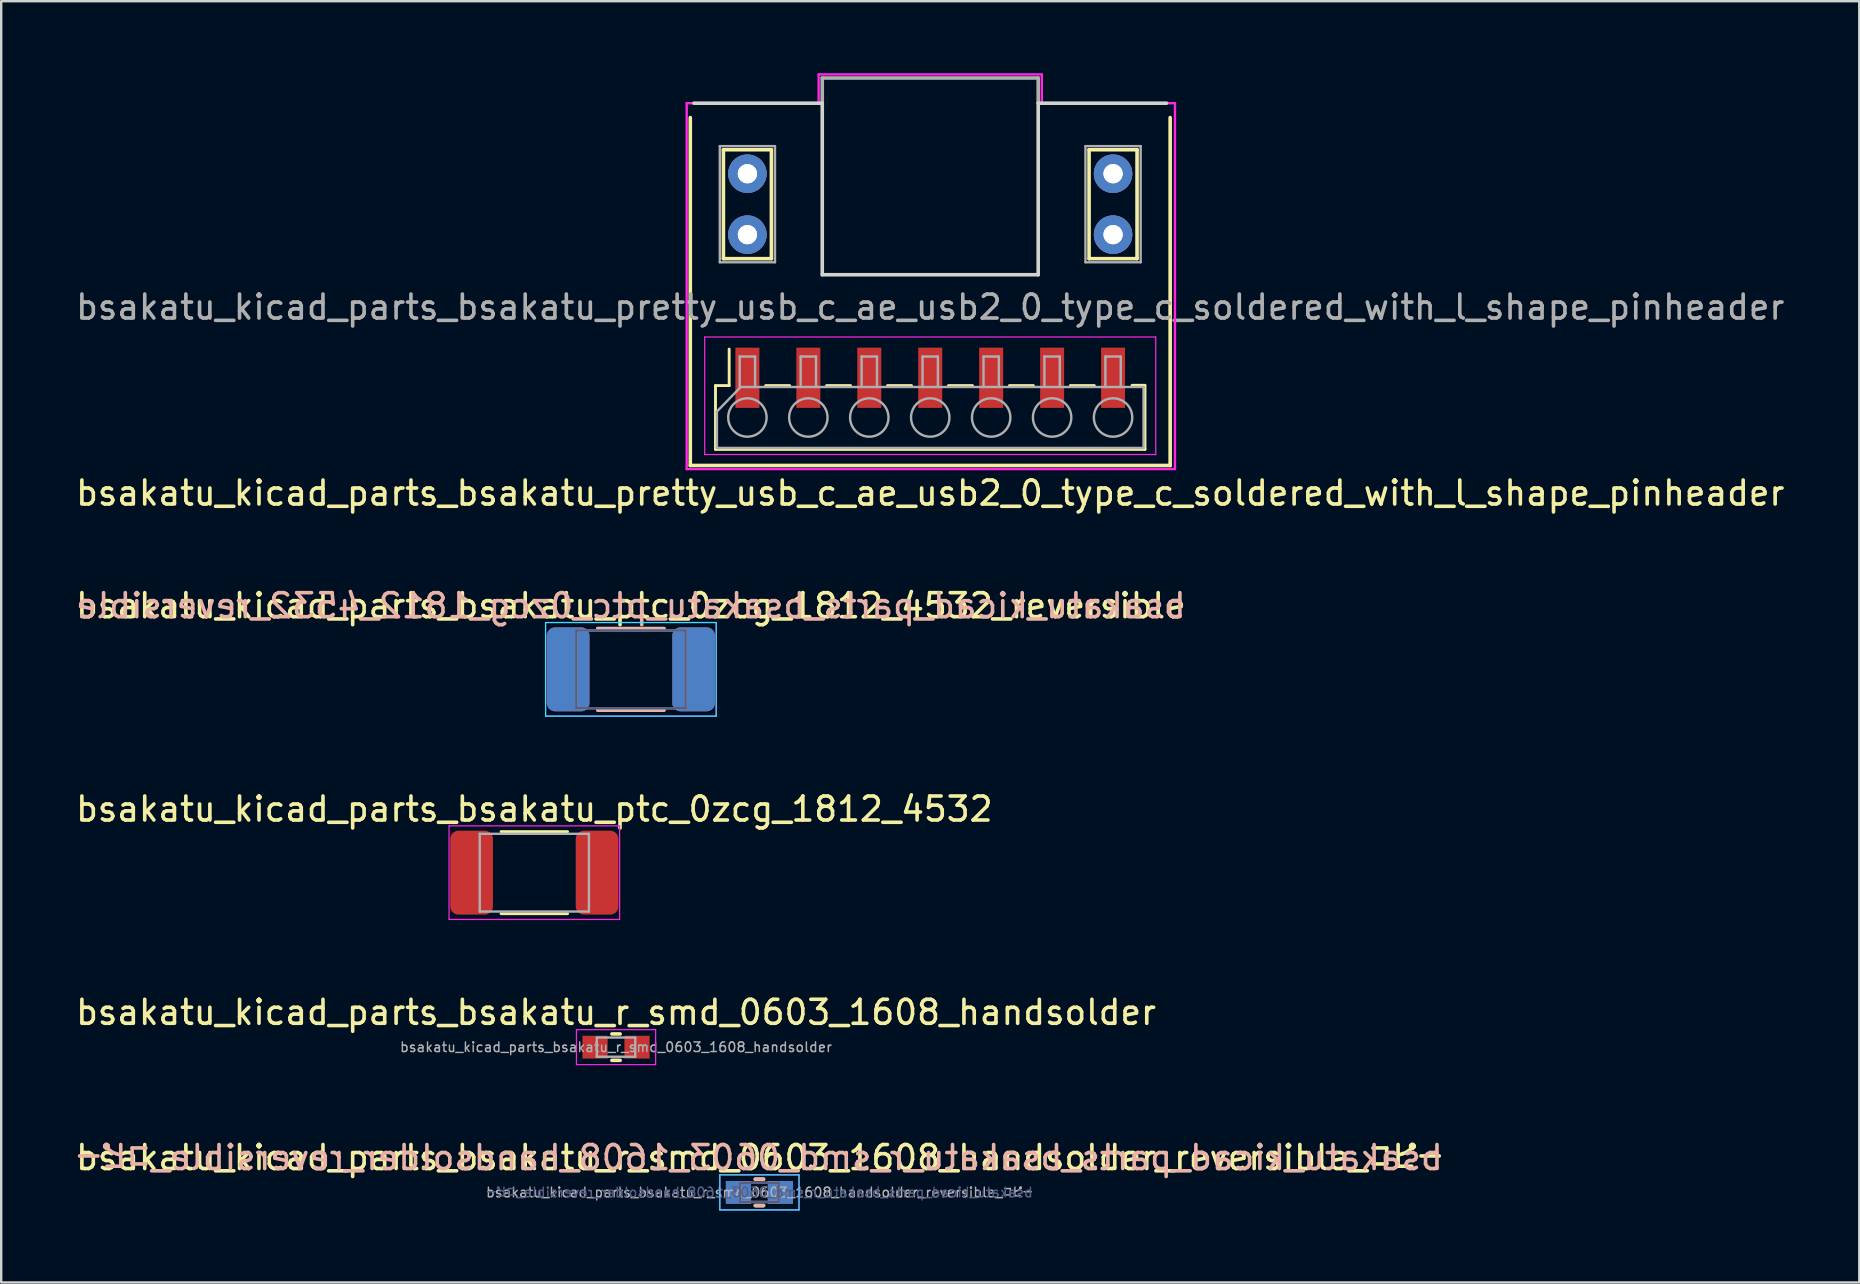
<source format=kicad_pcb>
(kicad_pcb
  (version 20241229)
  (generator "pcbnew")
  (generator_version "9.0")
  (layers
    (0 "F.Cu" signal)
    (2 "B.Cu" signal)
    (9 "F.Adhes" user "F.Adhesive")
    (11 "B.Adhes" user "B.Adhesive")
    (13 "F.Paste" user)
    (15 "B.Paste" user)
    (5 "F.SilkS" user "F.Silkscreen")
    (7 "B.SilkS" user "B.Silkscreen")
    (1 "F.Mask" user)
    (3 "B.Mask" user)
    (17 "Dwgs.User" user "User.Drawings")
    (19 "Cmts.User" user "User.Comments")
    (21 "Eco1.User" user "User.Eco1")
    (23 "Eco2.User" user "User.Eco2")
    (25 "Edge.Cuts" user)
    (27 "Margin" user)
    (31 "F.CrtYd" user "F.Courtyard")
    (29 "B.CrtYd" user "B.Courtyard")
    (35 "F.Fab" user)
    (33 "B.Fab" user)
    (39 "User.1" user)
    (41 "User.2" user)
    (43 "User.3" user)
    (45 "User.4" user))
  (footprint "bsakatu_kicad_parts_bsakatu_r_smd_0603_1608_handsolder_reversible_コピー"
    (layer "F.Cu")
    (at 28.601 46.646)
    (property "Reference" "bsakatu_kicad_parts_bsakatu_r_smd_0603_1608_handsolder_reversible_コピー" (at 0 -1.45 0) (layer "F.SilkS") (effects (font (size 1 1) (thickness 0.15))))
    (attr smd)
    (fp_line (start -0.171 -0.55) (end 0.171 -0.55) (stroke (width 0.15) (type solid)) (layer "F.SilkS"))
    (fp_line (start -0.171 0.55) (end 0.171 0.55) (stroke (width 0.15) (type solid)) (layer "F.SilkS"))
    (fp_line (start -0.171 -0.55) (end 0.171 -0.55) (stroke (width 0.15) (type solid)) (layer "B.SilkS"))
    (fp_line (start -0.171 0.55) (end 0.171 0.55) (stroke (width 0.15) (type solid)) (layer "B.SilkS"))
    (fp_line (start -1.65 -0.73) (end -1.65 0.73) (stroke (width 0.05) (type solid)) (layer "B.CrtYd"))
    (fp_line (start -1.65 0.73) (end 1.65 0.73) (stroke (width 0.05) (type solid)) (layer "B.CrtYd"))
    (fp_line (start 1.65 -0.73) (end -1.65 -0.73) (stroke (width 0.05) (type solid)) (layer "B.CrtYd"))
    (fp_line (start 1.65 0.73) (end 1.65 -0.73) (stroke (width 0.05) (type solid)) (layer "B.CrtYd"))
    (fp_line (start -1.65 -0.73) (end 1.65 -0.73) (stroke (width 0.05) (type solid)) (layer "F.CrtYd"))
    (fp_line (start -1.65 0.73) (end -1.65 -0.73) (stroke (width 0.05) (type solid)) (layer "F.CrtYd"))
    (fp_line (start 1.65 -0.73) (end 1.65 0.73) (stroke (width 0.05) (type solid)) (layer "F.CrtYd"))
    (fp_line (start 1.65 0.73) (end -1.65 0.73) (stroke (width 0.05) (type solid)) (layer "F.CrtYd"))
    (fp_line (start -0.8 -0.4) (end -0.8 0.4) (stroke (width 0.1) (type solid)) (layer "B.Fab"))
    (fp_line (start -0.8 0.4) (end 0.8 0.4) (stroke (width 0.1) (type solid)) (layer "B.Fab"))
    (fp_line (start 0.8 -0.4) (end -0.8 -0.4) (stroke (width 0.1) (type solid)) (layer "B.Fab"))
    (fp_line (start 0.8 0.4) (end 0.8 -0.4) (stroke (width 0.1) (type solid)) (layer "B.Fab"))
    (fp_line (start -0.8 -0.4) (end 0.8 -0.4) (stroke (width 0.1) (type solid)) (layer "F.Fab"))
    (fp_line (start -0.8 0.4) (end -0.8 -0.4) (stroke (width 0.1) (type solid)) (layer "F.Fab"))
    (fp_line (start 0.8 -0.4) (end 0.8 0.4) (stroke (width 0.1) (type solid)) (layer "F.Fab"))
    (fp_line (start 0.8 0.4) (end -0.8 0.4) (stroke (width 0.1) (type solid)) (layer "F.Fab"))
    (fp_text user "${REFERENCE}" (at 0 -1.45 0) (layer "B.SilkS") (effects (font (size 1 1) (thickness 0.15)) (justify mirror)))
    (fp_text user "${REFERENCE}" (at 0 0 0) (layer "B.Fab") (effects (font (size 0.4 0.4) (thickness 0.06)) (justify mirror)))
    (fp_text user "${REFERENCE}" (at 0 0 0) (layer "F.Fab") (effects (font (size 0.4 0.4) (thickness 0.06))))
    (pad "1" smd rect (at -0.875 0) (size 1.05 0.95) (layers "F.Cu" "F.Mask" "F.Paste"))
    (pad "1" smd rect (at -0.875 0) (size 1.05 0.95) (layers "B.Cu" "B.Mask" "B.Paste"))
    (pad "2" smd rect (at 0.875 0) (size 1.05 0.95) (layers "F.Cu" "F.Mask" "F.Paste"))
    (pad "2" smd rect (at 0.875 0) (size 1.05 0.95) (layers "B.Cu" "B.Mask" "B.Paste")))
  (footprint "bsakatu_kicad_parts_bsakatu_ptc_0zcg_1812_4532"
    (layer "F.Cu")
    (at 19.22 33.32)
    (property "Reference" "bsakatu_kicad_parts_bsakatu_ptc_0zcg_1812_4532" (at 0 -2.65 0) (layer "F.SilkS") (effects (font (size 1 1) (thickness 0.15))))
    (attr smd)
    (fp_line (start -1.386 -1.71) (end 1.386 -1.71) (stroke (width 0.12) (type solid)) (layer "F.SilkS"))
    (fp_line (start -1.386 1.71) (end 1.386 1.71) (stroke (width 0.12) (type solid)) (layer "F.SilkS"))
    (fp_line (start -3.555 -1.95) (end 3.555 -1.95) (stroke (width 0.05) (type solid)) (layer "F.CrtYd"))
    (fp_line (start -3.555 1.95) (end -3.555 -1.95) (stroke (width 0.05) (type solid)) (layer "F.CrtYd"))
    (fp_line (start 3.555 -1.95) (end 3.555 1.95) (stroke (width 0.05) (type solid)) (layer "F.CrtYd"))
    (fp_line (start 3.555 1.95) (end -3.555 1.95) (stroke (width 0.05) (type solid)) (layer "F.CrtYd"))
    (fp_line (start -2.275 -1.62) (end 2.275 -1.62) (stroke (width 0.1) (type solid)) (layer "F.Fab"))
    (fp_line (start -2.275 1.62) (end -2.275 -1.62) (stroke (width 0.1) (type solid)) (layer "F.Fab"))
    (fp_line (start 2.275 -1.62) (end 2.275 1.62) (stroke (width 0.1) (type solid)) (layer "F.Fab"))
    (fp_line (start 2.275 1.62) (end -2.275 1.62) (stroke (width 0.1) (type solid)) (layer "F.Fab"))
    (pad "1" smd roundrect (at -2.615 0) (size 1.78 3.5) (layers "F.Cu" "F.Mask" "F.Paste") (roundrect_rratio 0.192))
    (pad "2" smd roundrect (at 2.615 0) (size 1.78 3.5) (layers "F.Cu" "F.Mask" "F.Paste") (roundrect_rratio 0.192)))
  (footprint "bsakatu_kicad_parts_bsakatu_pretty_usb_c_ae_usb2_0_type_c_soldered_with_l_shape_pinheader"
    (layer "F.Cu")
    (at 35.72 14.35)
    (property "Reference" "bsakatu_kicad_parts_bsakatu_pretty_usb_c_ae_usb2_0_type_c_soldered_with_l_shape_pinheader" (at 0 3.15 0) (layer "F.SilkS") (effects (font (size 1 1) (thickness 0.15))))
    (attr through_hole)
    (fp_line (start -10 -12.5) (end -10 2) (stroke (width 0.15) (type solid)) (layer "F.SilkS"))
    (fp_line (start -8.95 -1.33) (end -8.38 -1.33) (stroke (width 0.12) (type solid)) (layer "F.SilkS"))
    (fp_line (start -8.95 1.33) (end -8.95 -1.33) (stroke (width 0.12) (type solid)) (layer "F.SilkS"))
    (fp_line (start -8.95 1.33) (end 8.95 1.33) (stroke (width 0.12) (type solid)) (layer "F.SilkS"))
    (fp_line (start -8.62 -11.16) (end -8.62 -6.62) (stroke (width 0.15) (type solid)) (layer "F.SilkS"))
    (fp_line (start -8.62 -6.62) (end -6.62 -6.62) (stroke (width 0.15) (type solid)) (layer "F.SilkS"))
    (fp_line (start -8.38 -1.33) (end -8.38 -2.85) (stroke (width 0.12) (type solid)) (layer "F.SilkS"))
    (fp_line (start -6.86 -1.33) (end -5.86 -1.33) (stroke (width 0.12) (type solid)) (layer "F.SilkS"))
    (fp_line (start -6.62 -11.16) (end -8.62 -11.16) (stroke (width 0.15) (type solid)) (layer "F.SilkS"))
    (fp_line (start -6.62 -6.62) (end -6.62 -11.16) (stroke (width 0.15) (type solid)) (layer "F.SilkS"))
    (fp_line (start -4.32 -1.33) (end -3.32 -1.33) (stroke (width 0.12) (type solid)) (layer "F.SilkS"))
    (fp_line (start -1.78 -1.33) (end -0.78 -1.33) (stroke (width 0.12) (type solid)) (layer "F.SilkS"))
    (fp_line (start 0.76 -1.33) (end 1.76 -1.33) (stroke (width 0.12) (type solid)) (layer "F.SilkS"))
    (fp_line (start 3.3 -1.33) (end 4.3 -1.33) (stroke (width 0.12) (type solid)) (layer "F.SilkS"))
    (fp_line (start 5.84 -1.33) (end 6.84 -1.33) (stroke (width 0.12) (type solid)) (layer "F.SilkS"))
    (fp_line (start 6.62 -11.16) (end 6.62 -6.62) (stroke (width 0.15) (type solid)) (layer "F.SilkS"))
    (fp_line (start 6.62 -6.62) (end 8.62 -6.62) (stroke (width 0.15) (type solid)) (layer "F.SilkS"))
    (fp_line (start 8.41 -1.34) (end 8.95 -1.34) (stroke (width 0.12) (type solid)) (layer "F.SilkS"))
    (fp_line (start 8.62 -11.16) (end 6.62 -11.16) (stroke (width 0.15) (type solid)) (layer "F.SilkS"))
    (fp_line (start 8.62 -6.62) (end 8.62 -11.16) (stroke (width 0.15) (type solid)) (layer "F.SilkS"))
    (fp_line (start 8.95 1.33) (end 8.95 -1.33) (stroke (width 0.12) (type solid)) (layer "F.SilkS"))
    (fp_line (start 10 -12.5) (end 10 2) (stroke (width 0.15) (type solid)) (layer "F.SilkS"))
    (fp_line (start 10 2) (end -10 2) (stroke (width 0.15) (type solid)) (layer "F.SilkS"))
    (fp_line (start -4.5 -13.1) (end -9.85 -13.1) (stroke (width 0.15) (type solid)) (layer "Edge.Cuts"))
    (fp_line (start -4.5 -5.95) (end -4.5 -13.1) (stroke (width 0.15) (type solid)) (layer "Edge.Cuts"))
    (fp_line (start -4.5 -5.95) (end 4.5 -5.95) (stroke (width 0.15) (type solid)) (layer "Edge.Cuts"))
    (fp_line (start 4.5 -13.1) (end 9.85 -13.1) (stroke (width 0.15) (type solid)) (layer "Edge.Cuts"))
    (fp_line (start 4.5 -5.95) (end 4.5 -13.1) (stroke (width 0.15) (type solid)) (layer "Edge.Cuts"))
    (fp_line (start -10.15 -13.1) (end -10.15 2.15) (stroke (width 0.1) (type solid)) (layer "F.CrtYd"))
    (fp_line (start -10.15 -13.1) (end -4.65 -13.1) (stroke (width 0.1) (type solid)) (layer "F.CrtYd"))
    (fp_line (start -10.15 2.15) (end 10.2 2.15) (stroke (width 0.1) (type solid)) (layer "F.CrtYd"))
    (fp_line (start -9.4 -3.355) (end -9.4 1.545) (stroke (width 0.05) (type solid)) (layer "F.CrtYd"))
    (fp_line (start -9.4 1.545) (end 9.4 1.545) (stroke (width 0.05) (type solid)) (layer "F.CrtYd"))
    (fp_line (start -4.65 -14.3) (end 4.65 -14.3) (stroke (width 0.1) (type solid)) (layer "F.CrtYd"))
    (fp_line (start -4.65 -13.1) (end -4.65 -14.3) (stroke (width 0.1) (type solid)) (layer "F.CrtYd"))
    (fp_line (start 4.65 -14.3) (end 4.65 -13.1) (stroke (width 0.1) (type solid)) (layer "F.CrtYd"))
    (fp_line (start 4.65 -13.1) (end 10.2 -13.1) (stroke (width 0.1) (type solid)) (layer "F.CrtYd"))
    (fp_line (start 9.4 -3.355) (end -9.4 -3.355) (stroke (width 0.05) (type solid)) (layer "F.CrtYd"))
    (fp_line (start 9.4 1.545) (end 9.4 -3.355) (stroke (width 0.05) (type solid)) (layer "F.CrtYd"))
    (fp_line (start 10.2 2.15) (end 10.2 -13.1) (stroke (width 0.1) (type solid)) (layer "F.CrtYd"))
    (fp_line (start -8.89 1.27) (end -8.89 -0.25) (stroke (width 0.1) (type solid)) (layer "F.Fab"))
    (fp_line (start -8.77 -11.31) (end -6.47 -11.31) (stroke (width 0.1) (type solid)) (layer "F.Fab"))
    (fp_line (start -8.77 -6.47) (end -8.77 -11.31) (stroke (width 0.1) (type solid)) (layer "F.Fab"))
    (fp_line (start -7.94 -2.54) (end -7.94 -1.27) (stroke (width 0.1) (type solid)) (layer "F.Fab"))
    (fp_line (start -7.94 -2.54) (end -7.3 -2.54) (stroke (width 0.1) (type solid)) (layer "F.Fab"))
    (fp_line (start -7.9 -1.27) (end -8.89 -0.25) (stroke (width 0.1) (type solid)) (layer "F.Fab"))
    (fp_line (start -7.9 -1.27) (end 8.89 -1.27) (stroke (width 0.1) (type solid)) (layer "F.Fab"))
    (fp_line (start -7.3 -1.27) (end -7.3 -2.54) (stroke (width 0.1) (type solid)) (layer "F.Fab"))
    (fp_line (start -6.47 -11.31) (end -6.47 -6.47) (stroke (width 0.1) (type solid)) (layer "F.Fab"))
    (fp_line (start -6.47 -6.47) (end -8.77 -6.47) (stroke (width 0.1) (type solid)) (layer "F.Fab"))
    (fp_line (start -5.4 -2.54) (end -5.4 -1.27) (stroke (width 0.1) (type solid)) (layer "F.Fab"))
    (fp_line (start -5.4 -2.54) (end -4.76 -2.54) (stroke (width 0.1) (type solid)) (layer "F.Fab"))
    (fp_line (start -4.76 -1.27) (end -4.76 -2.54) (stroke (width 0.1) (type solid)) (layer "F.Fab"))
    (fp_line (start -4.5 -14.15) (end 4.5 -14.15) (stroke (width 0.15) (type solid)) (layer "F.Fab"))
    (fp_line (start -4.5 -13.15) (end -4.5 -14.15) (stroke (width 0.15) (type solid)) (layer "F.Fab"))
    (fp_line (start -2.86 -2.54) (end -2.86 -1.27) (stroke (width 0.1) (type solid)) (layer "F.Fab"))
    (fp_line (start -2.86 -2.54) (end -2.22 -2.54) (stroke (width 0.1) (type solid)) (layer "F.Fab"))
    (fp_line (start -2.22 -1.27) (end -2.22 -2.54) (stroke (width 0.1) (type solid)) (layer "F.Fab"))
    (fp_line (start -0.32 -2.54) (end -0.32 -1.27) (stroke (width 0.1) (type solid)) (layer "F.Fab"))
    (fp_line (start -0.32 -2.54) (end 0.32 -2.54) (stroke (width 0.1) (type solid)) (layer "F.Fab"))
    (fp_line (start 0.32 -1.27) (end 0.32 -2.54) (stroke (width 0.1) (type solid)) (layer "F.Fab"))
    (fp_line (start 2.22 -2.54) (end 2.22 -1.27) (stroke (width 0.1) (type solid)) (layer "F.Fab"))
    (fp_line (start 2.22 -2.54) (end 2.86 -2.54) (stroke (width 0.1) (type solid)) (layer "F.Fab"))
    (fp_line (start 2.86 -1.27) (end 2.86 -2.54) (stroke (width 0.1) (type solid)) (layer "F.Fab"))
    (fp_line (start 4.5 -13.15) (end 4.5 -14.15) (stroke (width 0.15) (type solid)) (layer "F.Fab"))
    (fp_line (start 4.76 -2.54) (end 4.76 -1.27) (stroke (width 0.1) (type solid)) (layer "F.Fab"))
    (fp_line (start 4.76 -2.54) (end 5.4 -2.54) (stroke (width 0.1) (type solid)) (layer "F.Fab"))
    (fp_line (start 5.4 -1.27) (end 5.4 -2.54) (stroke (width 0.1) (type solid)) (layer "F.Fab"))
    (fp_line (start 6.47 -11.31) (end 8.77 -11.31) (stroke (width 0.1) (type solid)) (layer "F.Fab"))
    (fp_line (start 6.47 -6.47) (end 6.47 -11.31) (stroke (width 0.1) (type solid)) (layer "F.Fab"))
    (fp_line (start 7.3 -2.54) (end 7.3 -1.27) (stroke (width 0.1) (type solid)) (layer "F.Fab"))
    (fp_line (start 7.3 -2.54) (end 7.94 -2.54) (stroke (width 0.1) (type solid)) (layer "F.Fab"))
    (fp_line (start 7.94 -1.27) (end 7.94 -2.54) (stroke (width 0.1) (type solid)) (layer "F.Fab"))
    (fp_line (start 8.77 -11.31) (end 8.77 -6.47) (stroke (width 0.1) (type solid)) (layer "F.Fab"))
    (fp_line (start 8.77 -6.47) (end 6.47 -6.47) (stroke (width 0.1) (type solid)) (layer "F.Fab"))
    (fp_line (start 8.89 -1.27) (end 8.89 1.27) (stroke (width 0.1) (type solid)) (layer "F.Fab"))
    (fp_line (start 8.89 1.27) (end -8.89 1.27) (stroke (width 0.1) (type solid)) (layer "F.Fab"))
    (fp_circle (center -7.62 0) (end -6.82 0) (stroke (width 0.1) (type solid)) (fill no) (layer "F.Fab"))
    (fp_circle (center -5.08 0) (end -4.28 0) (stroke (width 0.1) (type solid)) (fill no) (layer "F.Fab"))
    (fp_circle (center -2.54 0) (end -1.74 0) (stroke (width 0.1) (type solid)) (fill no) (layer "F.Fab"))
    (fp_circle (center 0 0) (end 0.8 0) (stroke (width 0.1) (type solid)) (fill no) (layer "F.Fab"))
    (fp_circle (center 2.54 0) (end 3.34 0) (stroke (width 0.1) (type solid)) (fill no) (layer "F.Fab"))
    (fp_circle (center 5.08 0) (end 5.88 0) (stroke (width 0.1) (type solid)) (fill no) (layer "F.Fab"))
    (fp_circle (center 7.62 0) (end 8.42 0) (stroke (width 0.1) (type solid)) (fill no) (layer "F.Fab"))
    (fp_text user "${REFERENCE}" (at 0 -4.6 180) (layer "F.Fab") (effects (font (size 1 1) (thickness 0.15))))
    (pad "" thru_hole circle (at -7.62 -10.16) (size 1.6 1.6) (drill 0.8) (layers "*.Cu" "*.Mask"))
    (pad "" thru_hole circle (at -7.62 -10.16 180) (size 1.6 1.6) (drill 0.8) (layers "*.Cu" "*.Mask"))
    (pad "" thru_hole circle (at -7.62 -7.62 180) (size 1.6 1.6) (drill 0.8) (layers "*.Cu" "*.Mask"))
    (pad "" thru_hole circle (at -7.62 -7.62) (size 1.6 1.6) (drill 0.8) (layers "*.Cu" "*.Mask"))
    (pad "" thru_hole circle (at 7.62 -10.16 180) (size 1.6 1.6) (drill 0.8) (layers "*.Cu" "*.Mask"))
    (pad "" thru_hole circle (at 7.62 -10.16) (size 1.6 1.6) (drill 0.8) (layers "*.Cu" "*.Mask"))
    (pad "" thru_hole circle (at 7.62 -7.62 180) (size 1.6 1.6) (drill 0.8) (layers "*.Cu" "*.Mask"))
    (pad "" thru_hole circle (at 7.62 -7.62) (size 1.6 1.6) (drill 0.8) (layers "*.Cu" "*.Mask"))
    (pad "1" smd rect (at -7.62 -1.655 90) (size 2.51 1) (layers "F.Cu" "F.Mask" "F.Paste"))
    (pad "2" smd rect (at -5.08 -1.655 90) (size 2.51 1) (layers "F.Cu" "F.Mask" "F.Paste"))
    (pad "3" smd rect (at -2.54 -1.655 90) (size 2.51 1) (layers "F.Cu" "F.Mask" "F.Paste"))
    (pad "4" smd rect (at 0 -1.655 90) (size 2.51 1) (layers "F.Cu" "F.Mask" "F.Paste"))
    (pad "5" smd rect (at 2.54 -1.655 90) (size 2.51 1) (layers "F.Cu" "F.Mask" "F.Paste"))
    (pad "6" smd rect (at 5.08 -1.655 90) (size 2.51 1) (layers "F.Cu" "F.Mask" "F.Paste"))
    (pad "7" smd rect (at 7.62 -1.655 90) (size 2.51 1) (layers "F.Cu" "F.Mask" "F.Paste")))
  (footprint "bsakatu_kicad_parts_bsakatu_r_smd_0603_1608_handsolder"
    (layer "F.Cu")
    (at 22.625 40.593)
    (property "Reference" "bsakatu_kicad_parts_bsakatu_r_smd_0603_1608_handsolder" (at 0 -1.45 0) (layer "F.SilkS") (effects (font (size 1 1) (thickness 0.15))))
    (attr smd)
    (fp_line (start -0.171 -0.55) (end 0.171 -0.55) (stroke (width 0.15) (type solid)) (layer "F.SilkS"))
    (fp_line (start -0.171 0.55) (end 0.171 0.55) (stroke (width 0.15) (type solid)) (layer "F.SilkS"))
    (fp_line (start -1.65 -0.73) (end 1.65 -0.73) (stroke (width 0.05) (type solid)) (layer "F.CrtYd"))
    (fp_line (start -1.65 0.73) (end -1.65 -0.73) (stroke (width 0.05) (type solid)) (layer "F.CrtYd"))
    (fp_line (start 1.65 -0.73) (end 1.65 0.73) (stroke (width 0.05) (type solid)) (layer "F.CrtYd"))
    (fp_line (start 1.65 0.73) (end -1.65 0.73) (stroke (width 0.05) (type solid)) (layer "F.CrtYd"))
    (fp_line (start -0.8 -0.4) (end 0.8 -0.4) (stroke (width 0.1) (type solid)) (layer "F.Fab"))
    (fp_line (start -0.8 0.4) (end -0.8 -0.4) (stroke (width 0.1) (type solid)) (layer "F.Fab"))
    (fp_line (start 0.8 -0.4) (end 0.8 0.4) (stroke (width 0.1) (type solid)) (layer "F.Fab"))
    (fp_line (start 0.8 0.4) (end -0.8 0.4) (stroke (width 0.1) (type solid)) (layer "F.Fab"))
    (fp_text user "${REFERENCE}" (at 0 0 0) (layer "F.Fab") (effects (font (size 0.4 0.4) (thickness 0.06))))
    (pad "1" smd rect (at -0.875 0) (size 1.05 0.95) (layers "F.Cu" "F.Mask" "F.Paste"))
    (pad "2" smd rect (at 0.875 0) (size 1.05 0.95) (layers "F.Cu" "F.Mask" "F.Paste")))
  (footprint "bsakatu_kicad_parts_bsakatu_ptc_0zcg_1812_4532_reversible"
    (layer "F.Cu")
    (at 23.244 24.846)
    (property "Reference" "bsakatu_kicad_parts_bsakatu_ptc_0zcg_1812_4532_reversible" (at 0 -2.65 0) (layer "F.SilkS") (effects (font (size 1 1) (thickness 0.15))))
    (attr smd)
    (fp_line (start -1.386 -1.71) (end 1.386 -1.71) (stroke (width 0.12) (type solid)) (layer "F.SilkS"))
    (fp_line (start -1.386 1.71) (end 1.386 1.71) (stroke (width 0.12) (type solid)) (layer "F.SilkS"))
    (fp_line (start -1.386 -1.71) (end 1.386 -1.71) (stroke (width 0.12) (type solid)) (layer "B.SilkS"))
    (fp_line (start -1.386 1.71) (end 1.386 1.71) (stroke (width 0.12) (type solid)) (layer "B.SilkS"))
    (fp_line (start -3.555 -1.95) (end -3.555 1.95) (stroke (width 0.05) (type solid)) (layer "B.CrtYd"))
    (fp_line (start -3.555 1.95) (end 3.555 1.95) (stroke (width 0.05) (type solid)) (layer "B.CrtYd"))
    (fp_line (start 3.555 -1.95) (end -3.555 -1.95) (stroke (width 0.05) (type solid)) (layer "B.CrtYd"))
    (fp_line (start 3.555 1.95) (end 3.555 -1.95) (stroke (width 0.05) (type solid)) (layer "B.CrtYd"))
    (fp_line (start -3.555 -1.95) (end 3.555 -1.95) (stroke (width 0.05) (type solid)) (layer "F.CrtYd"))
    (fp_line (start -3.555 1.95) (end -3.555 -1.95) (stroke (width 0.05) (type solid)) (layer "F.CrtYd"))
    (fp_line (start 3.555 -1.95) (end 3.555 1.95) (stroke (width 0.05) (type solid)) (layer "F.CrtYd"))
    (fp_line (start 3.555 1.95) (end -3.555 1.95) (stroke (width 0.05) (type solid)) (layer "F.CrtYd"))
    (fp_line (start -2.275 -1.62) (end -2.275 1.62) (stroke (width 0.1) (type solid)) (layer "B.Fab"))
    (fp_line (start -2.275 1.62) (end 2.275 1.62) (stroke (width 0.1) (type solid)) (layer "B.Fab"))
    (fp_line (start 2.275 -1.62) (end -2.275 -1.62) (stroke (width 0.1) (type solid)) (layer "B.Fab"))
    (fp_line (start 2.275 1.62) (end 2.275 -1.62) (stroke (width 0.1) (type solid)) (layer "B.Fab"))
    (fp_line (start -2.275 -1.62) (end 2.275 -1.62) (stroke (width 0.1) (type solid)) (layer "F.Fab"))
    (fp_line (start -2.275 1.62) (end -2.275 -1.62) (stroke (width 0.1) (type solid)) (layer "F.Fab"))
    (fp_line (start 2.275 -1.62) (end 2.275 1.62) (stroke (width 0.1) (type solid)) (layer "F.Fab"))
    (fp_line (start 2.275 1.62) (end -2.275 1.62) (stroke (width 0.1) (type solid)) (layer "F.Fab"))
    (fp_text user "${REFERENCE}" (at 0 -2.65 0) (layer "B.SilkS") (effects (font (size 1 1) (thickness 0.15)) (justify mirror)))
    (pad "1" smd roundrect (at -2.615 0) (size 1.78 3.5) (layers "F.Cu" "F.Mask" "F.Paste") (roundrect_rratio 0.192))
    (pad "1" smd roundrect (at -2.615 0) (size 1.78 3.5) (layers "B.Cu" "B.Mask" "B.Paste") (roundrect_rratio 0.192))
    (pad "2" smd roundrect (at 2.615 0) (size 1.78 3.5) (layers "F.Cu" "F.Mask" "F.Paste") (roundrect_rratio 0.192))
    (pad "2" smd roundrect (at 2.615 0) (size 1.78 3.5) (layers "B.Cu" "B.Mask" "B.Paste") (roundrect_rratio 0.192)))
  (gr_rect
    (start -3 -3)
    (end 74.44 50.401)
    (stroke (width 0.1) (type default))
    (fill no)
    (layer "Edge.Cuts")))
</source>
